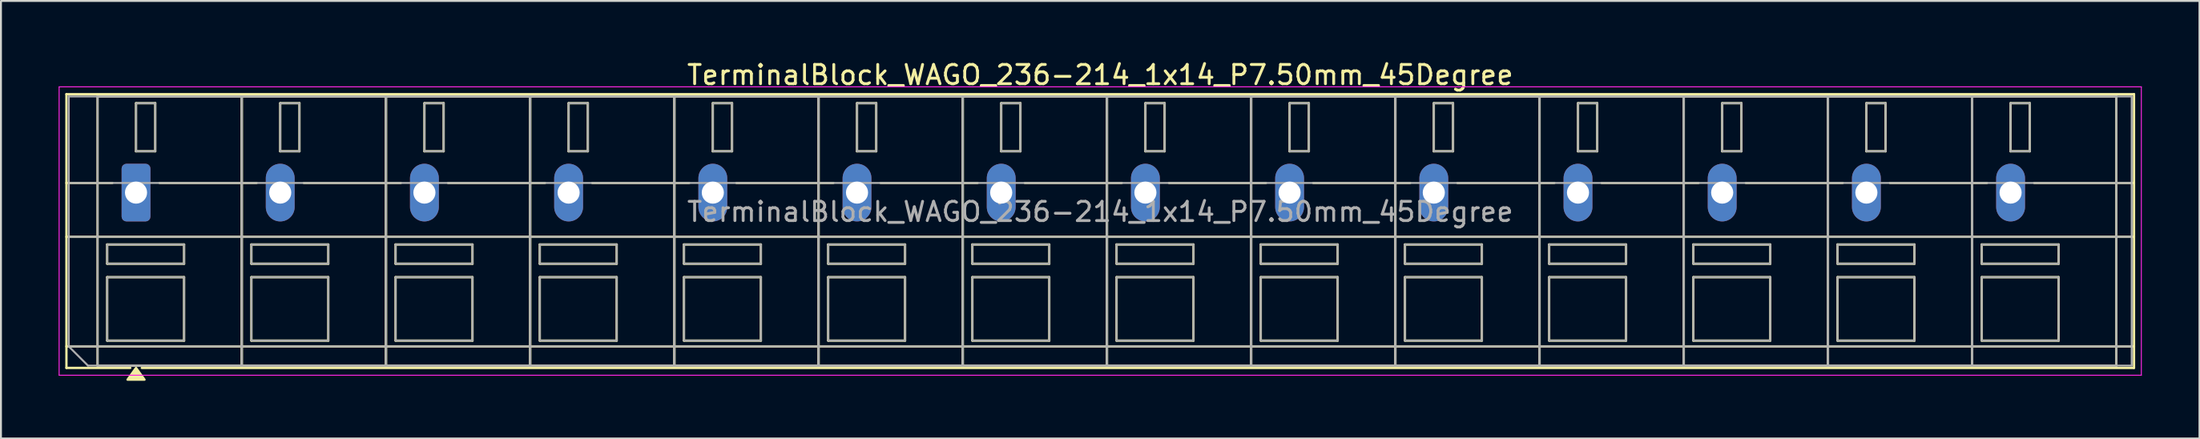
<source format=kicad_pcb>
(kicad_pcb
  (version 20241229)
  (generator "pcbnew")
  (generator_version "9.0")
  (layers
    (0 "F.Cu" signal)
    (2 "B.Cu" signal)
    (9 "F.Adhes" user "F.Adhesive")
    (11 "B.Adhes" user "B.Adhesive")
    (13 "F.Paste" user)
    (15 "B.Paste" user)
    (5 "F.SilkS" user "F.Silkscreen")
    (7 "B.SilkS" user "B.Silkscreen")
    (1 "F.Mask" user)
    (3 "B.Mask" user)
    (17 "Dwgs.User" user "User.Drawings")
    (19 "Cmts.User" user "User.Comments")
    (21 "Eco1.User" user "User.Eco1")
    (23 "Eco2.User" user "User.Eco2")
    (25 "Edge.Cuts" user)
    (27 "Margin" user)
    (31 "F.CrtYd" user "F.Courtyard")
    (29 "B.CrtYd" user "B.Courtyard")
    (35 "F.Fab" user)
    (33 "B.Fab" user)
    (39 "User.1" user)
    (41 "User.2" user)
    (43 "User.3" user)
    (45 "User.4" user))
  (footprint "TerminalBlock_WAGO_236-214_1x14_P7.50mm_45Degree"
    (layer "F.Cu")
    (at 4.025 6.968)
    (property "Reference" "TerminalBlock_WAGO_236-214_1x14_P7.50mm_45Degree" (at 50.15 -6.12 0) (layer "F.SilkS") (effects (font (size 1 1) (thickness 0.15))))
    (attr through_hole)
    (fp_line (start -3.62 -5.12) (end -3.62 9.12) (stroke (width 0.12) (type solid)) (layer "F.SilkS"))
    (fp_line (start -3.62 -5.12) (end 103.92 -5.12) (stroke (width 0.12) (type solid)) (layer "F.SilkS"))
    (fp_line (start -3.62 -0.5) (end -1.23 -0.5) (stroke (width 0.12) (type solid)) (layer "F.SilkS"))
    (fp_line (start -3.62 2.3) (end 103.92 2.3) (stroke (width 0.12) (type solid)) (layer "F.SilkS"))
    (fp_line (start -3.62 8) (end 103.92 8) (stroke (width 0.12) (type solid)) (layer "F.SilkS"))
    (fp_line (start -3.62 9.12) (end -0.3 9.12) (stroke (width 0.12) (type solid)) (layer "F.SilkS"))
    (fp_line (start -2 -5) (end -2 9) (stroke (width 0.12) (type solid)) (layer "F.SilkS"))
    (fp_line (start -2 -5) (end 5.5 -5) (stroke (width 0.12) (type solid)) (layer "F.SilkS"))
    (fp_line (start -2 9) (end 5.5 9) (stroke (width 0.12) (type solid)) (layer "F.SilkS"))
    (fp_line (start -1.5 2.7) (end -1.5 3.7) (stroke (width 0.12) (type solid)) (layer "F.SilkS"))
    (fp_line (start -1.5 2.7) (end 2.5 2.7) (stroke (width 0.12) (type solid)) (layer "F.SilkS"))
    (fp_line (start -1.5 3.7) (end 2.5 3.7) (stroke (width 0.12) (type solid)) (layer "F.SilkS"))
    (fp_line (start -1.5 4.4) (end -1.5 7.7) (stroke (width 0.12) (type solid)) (layer "F.SilkS"))
    (fp_line (start -1.5 4.4) (end 2.5 4.4) (stroke (width 0.12) (type solid)) (layer "F.SilkS"))
    (fp_line (start -1.5 7.7) (end 2.5 7.7) (stroke (width 0.12) (type solid)) (layer "F.SilkS"))
    (fp_line (start 0 -4.65) (end 0 -2.15) (stroke (width 0.12) (type solid)) (layer "F.SilkS"))
    (fp_line (start 0 -4.65) (end 1 -4.65) (stroke (width 0.12) (type solid)) (layer "F.SilkS"))
    (fp_line (start 0 -2.15) (end 1 -2.15) (stroke (width 0.12) (type solid)) (layer "F.SilkS"))
    (fp_line (start 0.3 9.12) (end 103.92 9.12) (stroke (width 0.12) (type solid)) (layer "F.SilkS"))
    (fp_line (start 1 -4.65) (end 1 -2.15) (stroke (width 0.12) (type solid)) (layer "F.SilkS"))
    (fp_line (start 1.23 -0.5) (end 6.27 -0.5) (stroke (width 0.12) (type solid)) (layer "F.SilkS"))
    (fp_line (start 2.5 2.7) (end 2.5 3.7) (stroke (width 0.12) (type solid)) (layer "F.SilkS"))
    (fp_line (start 2.5 4.4) (end 2.5 7.7) (stroke (width 0.12) (type solid)) (layer "F.SilkS"))
    (fp_line (start 5.5 -5) (end 5.5 9) (stroke (width 0.12) (type solid)) (layer "F.SilkS"))
    (fp_line (start 5.5 -5) (end 5.5 9) (stroke (width 0.12) (type solid)) (layer "F.SilkS"))
    (fp_line (start 5.5 -5) (end 13 -5) (stroke (width 0.12) (type solid)) (layer "F.SilkS"))
    (fp_line (start 5.5 9) (end 13 9) (stroke (width 0.12) (type solid)) (layer "F.SilkS"))
    (fp_line (start 6 2.7) (end 6 3.7) (stroke (width 0.12) (type solid)) (layer "F.SilkS"))
    (fp_line (start 6 2.7) (end 10 2.7) (stroke (width 0.12) (type solid)) (layer "F.SilkS"))
    (fp_line (start 6 3.7) (end 10 3.7) (stroke (width 0.12) (type solid)) (layer "F.SilkS"))
    (fp_line (start 6 4.4) (end 6 7.7) (stroke (width 0.12) (type solid)) (layer "F.SilkS"))
    (fp_line (start 6 4.4) (end 10 4.4) (stroke (width 0.12) (type solid)) (layer "F.SilkS"))
    (fp_line (start 6 7.7) (end 10 7.7) (stroke (width 0.12) (type solid)) (layer "F.SilkS"))
    (fp_line (start 7.5 -4.65) (end 7.5 -2.15) (stroke (width 0.12) (type solid)) (layer "F.SilkS"))
    (fp_line (start 7.5 -4.65) (end 8.5 -4.65) (stroke (width 0.12) (type solid)) (layer "F.SilkS"))
    (fp_line (start 7.5 -2.15) (end 8.5 -2.15) (stroke (width 0.12) (type solid)) (layer "F.SilkS"))
    (fp_line (start 8.5 -4.65) (end 8.5 -2.15) (stroke (width 0.12) (type solid)) (layer "F.SilkS"))
    (fp_line (start 8.73 -0.5) (end 13.77 -0.5) (stroke (width 0.12) (type solid)) (layer "F.SilkS"))
    (fp_line (start 10 2.7) (end 10 3.7) (stroke (width 0.12) (type solid)) (layer "F.SilkS"))
    (fp_line (start 10 4.4) (end 10 7.7) (stroke (width 0.12) (type solid)) (layer "F.SilkS"))
    (fp_line (start 13 -5) (end 13 9) (stroke (width 0.12) (type solid)) (layer "F.SilkS"))
    (fp_line (start 13 -5) (end 13 9) (stroke (width 0.12) (type solid)) (layer "F.SilkS"))
    (fp_line (start 13 -5) (end 20.5 -5) (stroke (width 0.12) (type solid)) (layer "F.SilkS"))
    (fp_line (start 13 9) (end 20.5 9) (stroke (width 0.12) (type solid)) (layer "F.SilkS"))
    (fp_line (start 13.5 2.7) (end 13.5 3.7) (stroke (width 0.12) (type solid)) (layer "F.SilkS"))
    (fp_line (start 13.5 2.7) (end 17.5 2.7) (stroke (width 0.12) (type solid)) (layer "F.SilkS"))
    (fp_line (start 13.5 3.7) (end 17.5 3.7) (stroke (width 0.12) (type solid)) (layer "F.SilkS"))
    (fp_line (start 13.5 4.4) (end 13.5 7.7) (stroke (width 0.12) (type solid)) (layer "F.SilkS"))
    (fp_line (start 13.5 4.4) (end 17.5 4.4) (stroke (width 0.12) (type solid)) (layer "F.SilkS"))
    (fp_line (start 13.5 7.7) (end 17.5 7.7) (stroke (width 0.12) (type solid)) (layer "F.SilkS"))
    (fp_line (start 15 -4.65) (end 15 -2.15) (stroke (width 0.12) (type solid)) (layer "F.SilkS"))
    (fp_line (start 15 -4.65) (end 16 -4.65) (stroke (width 0.12) (type solid)) (layer "F.SilkS"))
    (fp_line (start 15 -2.15) (end 16 -2.15) (stroke (width 0.12) (type solid)) (layer "F.SilkS"))
    (fp_line (start 16 -4.65) (end 16 -2.15) (stroke (width 0.12) (type solid)) (layer "F.SilkS"))
    (fp_line (start 16.23 -0.5) (end 21.27 -0.5) (stroke (width 0.12) (type solid)) (layer "F.SilkS"))
    (fp_line (start 17.5 2.7) (end 17.5 3.7) (stroke (width 0.12) (type solid)) (layer "F.SilkS"))
    (fp_line (start 17.5 4.4) (end 17.5 7.7) (stroke (width 0.12) (type solid)) (layer "F.SilkS"))
    (fp_line (start 20.5 -5) (end 20.5 9) (stroke (width 0.12) (type solid)) (layer "F.SilkS"))
    (fp_line (start 20.5 -5) (end 20.5 9) (stroke (width 0.12) (type solid)) (layer "F.SilkS"))
    (fp_line (start 20.5 -5) (end 28 -5) (stroke (width 0.12) (type solid)) (layer "F.SilkS"))
    (fp_line (start 20.5 9) (end 28 9) (stroke (width 0.12) (type solid)) (layer "F.SilkS"))
    (fp_line (start 21 2.7) (end 21 3.7) (stroke (width 0.12) (type solid)) (layer "F.SilkS"))
    (fp_line (start 21 2.7) (end 25 2.7) (stroke (width 0.12) (type solid)) (layer "F.SilkS"))
    (fp_line (start 21 3.7) (end 25 3.7) (stroke (width 0.12) (type solid)) (layer "F.SilkS"))
    (fp_line (start 21 4.4) (end 21 7.7) (stroke (width 0.12) (type solid)) (layer "F.SilkS"))
    (fp_line (start 21 4.4) (end 25 4.4) (stroke (width 0.12) (type solid)) (layer "F.SilkS"))
    (fp_line (start 21 7.7) (end 25 7.7) (stroke (width 0.12) (type solid)) (layer "F.SilkS"))
    (fp_line (start 22.5 -4.65) (end 22.5 -2.15) (stroke (width 0.12) (type solid)) (layer "F.SilkS"))
    (fp_line (start 22.5 -4.65) (end 23.5 -4.65) (stroke (width 0.12) (type solid)) (layer "F.SilkS"))
    (fp_line (start 22.5 -2.15) (end 23.5 -2.15) (stroke (width 0.12) (type solid)) (layer "F.SilkS"))
    (fp_line (start 23.5 -4.65) (end 23.5 -2.15) (stroke (width 0.12) (type solid)) (layer "F.SilkS"))
    (fp_line (start 23.73 -0.5) (end 28.77 -0.5) (stroke (width 0.12) (type solid)) (layer "F.SilkS"))
    (fp_line (start 25 2.7) (end 25 3.7) (stroke (width 0.12) (type solid)) (layer "F.SilkS"))
    (fp_line (start 25 4.4) (end 25 7.7) (stroke (width 0.12) (type solid)) (layer "F.SilkS"))
    (fp_line (start 28 -5) (end 28 9) (stroke (width 0.12) (type solid)) (layer "F.SilkS"))
    (fp_line (start 28 -5) (end 28 9) (stroke (width 0.12) (type solid)) (layer "F.SilkS"))
    (fp_line (start 28 -5) (end 35.5 -5) (stroke (width 0.12) (type solid)) (layer "F.SilkS"))
    (fp_line (start 28 9) (end 35.5 9) (stroke (width 0.12) (type solid)) (layer "F.SilkS"))
    (fp_line (start 28.5 2.7) (end 28.5 3.7) (stroke (width 0.12) (type solid)) (layer "F.SilkS"))
    (fp_line (start 28.5 2.7) (end 32.5 2.7) (stroke (width 0.12) (type solid)) (layer "F.SilkS"))
    (fp_line (start 28.5 3.7) (end 32.5 3.7) (stroke (width 0.12) (type solid)) (layer "F.SilkS"))
    (fp_line (start 28.5 4.4) (end 28.5 7.7) (stroke (width 0.12) (type solid)) (layer "F.SilkS"))
    (fp_line (start 28.5 4.4) (end 32.5 4.4) (stroke (width 0.12) (type solid)) (layer "F.SilkS"))
    (fp_line (start 28.5 7.7) (end 32.5 7.7) (stroke (width 0.12) (type solid)) (layer "F.SilkS"))
    (fp_line (start 30 -4.65) (end 30 -2.15) (stroke (width 0.12) (type solid)) (layer "F.SilkS"))
    (fp_line (start 30 -4.65) (end 31 -4.65) (stroke (width 0.12) (type solid)) (layer "F.SilkS"))
    (fp_line (start 30 -2.15) (end 31 -2.15) (stroke (width 0.12) (type solid)) (layer "F.SilkS"))
    (fp_line (start 31 -4.65) (end 31 -2.15) (stroke (width 0.12) (type solid)) (layer "F.SilkS"))
    (fp_line (start 31.23 -0.5) (end 36.27 -0.5) (stroke (width 0.12) (type solid)) (layer "F.SilkS"))
    (fp_line (start 32.5 2.7) (end 32.5 3.7) (stroke (width 0.12) (type solid)) (layer "F.SilkS"))
    (fp_line (start 32.5 4.4) (end 32.5 7.7) (stroke (width 0.12) (type solid)) (layer "F.SilkS"))
    (fp_line (start 35.5 -5) (end 35.5 9) (stroke (width 0.12) (type solid)) (layer "F.SilkS"))
    (fp_line (start 35.5 -5) (end 35.5 9) (stroke (width 0.12) (type solid)) (layer "F.SilkS"))
    (fp_line (start 35.5 -5) (end 43 -5) (stroke (width 0.12) (type solid)) (layer "F.SilkS"))
    (fp_line (start 35.5 9) (end 43 9) (stroke (width 0.12) (type solid)) (layer "F.SilkS"))
    (fp_line (start 36 2.7) (end 36 3.7) (stroke (width 0.12) (type solid)) (layer "F.SilkS"))
    (fp_line (start 36 2.7) (end 40 2.7) (stroke (width 0.12) (type solid)) (layer "F.SilkS"))
    (fp_line (start 36 3.7) (end 40 3.7) (stroke (width 0.12) (type solid)) (layer "F.SilkS"))
    (fp_line (start 36 4.4) (end 36 7.7) (stroke (width 0.12) (type solid)) (layer "F.SilkS"))
    (fp_line (start 36 4.4) (end 40 4.4) (stroke (width 0.12) (type solid)) (layer "F.SilkS"))
    (fp_line (start 36 7.7) (end 40 7.7) (stroke (width 0.12) (type solid)) (layer "F.SilkS"))
    (fp_line (start 37.5 -4.65) (end 37.5 -2.15) (stroke (width 0.12) (type solid)) (layer "F.SilkS"))
    (fp_line (start 37.5 -4.65) (end 38.5 -4.65) (stroke (width 0.12) (type solid)) (layer "F.SilkS"))
    (fp_line (start 37.5 -2.15) (end 38.5 -2.15) (stroke (width 0.12) (type solid)) (layer "F.SilkS"))
    (fp_line (start 38.5 -4.65) (end 38.5 -2.15) (stroke (width 0.12) (type solid)) (layer "F.SilkS"))
    (fp_line (start 38.73 -0.5) (end 43.77 -0.5) (stroke (width 0.12) (type solid)) (layer "F.SilkS"))
    (fp_line (start 40 2.7) (end 40 3.7) (stroke (width 0.12) (type solid)) (layer "F.SilkS"))
    (fp_line (start 40 4.4) (end 40 7.7) (stroke (width 0.12) (type solid)) (layer "F.SilkS"))
    (fp_line (start 43 -5) (end 43 9) (stroke (width 0.12) (type solid)) (layer "F.SilkS"))
    (fp_line (start 43 -5) (end 43 9) (stroke (width 0.12) (type solid)) (layer "F.SilkS"))
    (fp_line (start 43 -5) (end 50.5 -5) (stroke (width 0.12) (type solid)) (layer "F.SilkS"))
    (fp_line (start 43 9) (end 50.5 9) (stroke (width 0.12) (type solid)) (layer "F.SilkS"))
    (fp_line (start 43.5 2.7) (end 43.5 3.7) (stroke (width 0.12) (type solid)) (layer "F.SilkS"))
    (fp_line (start 43.5 2.7) (end 47.5 2.7) (stroke (width 0.12) (type solid)) (layer "F.SilkS"))
    (fp_line (start 43.5 3.7) (end 47.5 3.7) (stroke (width 0.12) (type solid)) (layer "F.SilkS"))
    (fp_line (start 43.5 4.4) (end 43.5 7.7) (stroke (width 0.12) (type solid)) (layer "F.SilkS"))
    (fp_line (start 43.5 4.4) (end 47.5 4.4) (stroke (width 0.12) (type solid)) (layer "F.SilkS"))
    (fp_line (start 43.5 7.7) (end 47.5 7.7) (stroke (width 0.12) (type solid)) (layer "F.SilkS"))
    (fp_line (start 45 -4.65) (end 45 -2.15) (stroke (width 0.12) (type solid)) (layer "F.SilkS"))
    (fp_line (start 45 -4.65) (end 46 -4.65) (stroke (width 0.12) (type solid)) (layer "F.SilkS"))
    (fp_line (start 45 -2.15) (end 46 -2.15) (stroke (width 0.12) (type solid)) (layer "F.SilkS"))
    (fp_line (start 46 -4.65) (end 46 -2.15) (stroke (width 0.12) (type solid)) (layer "F.SilkS"))
    (fp_line (start 46.23 -0.5) (end 51.27 -0.5) (stroke (width 0.12) (type solid)) (layer "F.SilkS"))
    (fp_line (start 47.5 2.7) (end 47.5 3.7) (stroke (width 0.12) (type solid)) (layer "F.SilkS"))
    (fp_line (start 47.5 4.4) (end 47.5 7.7) (stroke (width 0.12) (type solid)) (layer "F.SilkS"))
    (fp_line (start 50.5 -5) (end 50.5 9) (stroke (width 0.12) (type solid)) (layer "F.SilkS"))
    (fp_line (start 50.5 -5) (end 50.5 9) (stroke (width 0.12) (type solid)) (layer "F.SilkS"))
    (fp_line (start 50.5 -5) (end 58 -5) (stroke (width 0.12) (type solid)) (layer "F.SilkS"))
    (fp_line (start 50.5 9) (end 58 9) (stroke (width 0.12) (type solid)) (layer "F.SilkS"))
    (fp_line (start 51 2.7) (end 51 3.7) (stroke (width 0.12) (type solid)) (layer "F.SilkS"))
    (fp_line (start 51 2.7) (end 55 2.7) (stroke (width 0.12) (type solid)) (layer "F.SilkS"))
    (fp_line (start 51 3.7) (end 55 3.7) (stroke (width 0.12) (type solid)) (layer "F.SilkS"))
    (fp_line (start 51 4.4) (end 51 7.7) (stroke (width 0.12) (type solid)) (layer "F.SilkS"))
    (fp_line (start 51 4.4) (end 55 4.4) (stroke (width 0.12) (type solid)) (layer "F.SilkS"))
    (fp_line (start 51 7.7) (end 55 7.7) (stroke (width 0.12) (type solid)) (layer "F.SilkS"))
    (fp_line (start 52.5 -4.65) (end 52.5 -2.15) (stroke (width 0.12) (type solid)) (layer "F.SilkS"))
    (fp_line (start 52.5 -4.65) (end 53.5 -4.65) (stroke (width 0.12) (type solid)) (layer "F.SilkS"))
    (fp_line (start 52.5 -2.15) (end 53.5 -2.15) (stroke (width 0.12) (type solid)) (layer "F.SilkS"))
    (fp_line (start 53.5 -4.65) (end 53.5 -2.15) (stroke (width 0.12) (type solid)) (layer "F.SilkS"))
    (fp_line (start 53.73 -0.5) (end 58.77 -0.5) (stroke (width 0.12) (type solid)) (layer "F.SilkS"))
    (fp_line (start 55 2.7) (end 55 3.7) (stroke (width 0.12) (type solid)) (layer "F.SilkS"))
    (fp_line (start 55 4.4) (end 55 7.7) (stroke (width 0.12) (type solid)) (layer "F.SilkS"))
    (fp_line (start 58 -5) (end 58 9) (stroke (width 0.12) (type solid)) (layer "F.SilkS"))
    (fp_line (start 58 -5) (end 58 9) (stroke (width 0.12) (type solid)) (layer "F.SilkS"))
    (fp_line (start 58 -5) (end 65.5 -5) (stroke (width 0.12) (type solid)) (layer "F.SilkS"))
    (fp_line (start 58 9) (end 65.5 9) (stroke (width 0.12) (type solid)) (layer "F.SilkS"))
    (fp_line (start 58.5 2.7) (end 58.5 3.7) (stroke (width 0.12) (type solid)) (layer "F.SilkS"))
    (fp_line (start 58.5 2.7) (end 62.5 2.7) (stroke (width 0.12) (type solid)) (layer "F.SilkS"))
    (fp_line (start 58.5 3.7) (end 62.5 3.7) (stroke (width 0.12) (type solid)) (layer "F.SilkS"))
    (fp_line (start 58.5 4.4) (end 58.5 7.7) (stroke (width 0.12) (type solid)) (layer "F.SilkS"))
    (fp_line (start 58.5 4.4) (end 62.5 4.4) (stroke (width 0.12) (type solid)) (layer "F.SilkS"))
    (fp_line (start 58.5 7.7) (end 62.5 7.7) (stroke (width 0.12) (type solid)) (layer "F.SilkS"))
    (fp_line (start 60 -4.65) (end 60 -2.15) (stroke (width 0.12) (type solid)) (layer "F.SilkS"))
    (fp_line (start 60 -4.65) (end 61 -4.65) (stroke (width 0.12) (type solid)) (layer "F.SilkS"))
    (fp_line (start 60 -2.15) (end 61 -2.15) (stroke (width 0.12) (type solid)) (layer "F.SilkS"))
    (fp_line (start 61 -4.65) (end 61 -2.15) (stroke (width 0.12) (type solid)) (layer "F.SilkS"))
    (fp_line (start 61.23 -0.5) (end 66.27 -0.5) (stroke (width 0.12) (type solid)) (layer "F.SilkS"))
    (fp_line (start 62.5 2.7) (end 62.5 3.7) (stroke (width 0.12) (type solid)) (layer "F.SilkS"))
    (fp_line (start 62.5 4.4) (end 62.5 7.7) (stroke (width 0.12) (type solid)) (layer "F.SilkS"))
    (fp_line (start 65.5 -5) (end 65.5 9) (stroke (width 0.12) (type solid)) (layer "F.SilkS"))
    (fp_line (start 65.5 -5) (end 65.5 9) (stroke (width 0.12) (type solid)) (layer "F.SilkS"))
    (fp_line (start 65.5 -5) (end 73 -5) (stroke (width 0.12) (type solid)) (layer "F.SilkS"))
    (fp_line (start 65.5 9) (end 73 9) (stroke (width 0.12) (type solid)) (layer "F.SilkS"))
    (fp_line (start 66 2.7) (end 66 3.7) (stroke (width 0.12) (type solid)) (layer "F.SilkS"))
    (fp_line (start 66 2.7) (end 70 2.7) (stroke (width 0.12) (type solid)) (layer "F.SilkS"))
    (fp_line (start 66 3.7) (end 70 3.7) (stroke (width 0.12) (type solid)) (layer "F.SilkS"))
    (fp_line (start 66 4.4) (end 66 7.7) (stroke (width 0.12) (type solid)) (layer "F.SilkS"))
    (fp_line (start 66 4.4) (end 70 4.4) (stroke (width 0.12) (type solid)) (layer "F.SilkS"))
    (fp_line (start 66 7.7) (end 70 7.7) (stroke (width 0.12) (type solid)) (layer "F.SilkS"))
    (fp_line (start 67.5 -4.65) (end 67.5 -2.15) (stroke (width 0.12) (type solid)) (layer "F.SilkS"))
    (fp_line (start 67.5 -4.65) (end 68.5 -4.65) (stroke (width 0.12) (type solid)) (layer "F.SilkS"))
    (fp_line (start 67.5 -2.15) (end 68.5 -2.15) (stroke (width 0.12) (type solid)) (layer "F.SilkS"))
    (fp_line (start 68.5 -4.65) (end 68.5 -2.15) (stroke (width 0.12) (type solid)) (layer "F.SilkS"))
    (fp_line (start 68.73 -0.5) (end 73.77 -0.5) (stroke (width 0.12) (type solid)) (layer "F.SilkS"))
    (fp_line (start 70 2.7) (end 70 3.7) (stroke (width 0.12) (type solid)) (layer "F.SilkS"))
    (fp_line (start 70 4.4) (end 70 7.7) (stroke (width 0.12) (type solid)) (layer "F.SilkS"))
    (fp_line (start 73 -5) (end 73 9) (stroke (width 0.12) (type solid)) (layer "F.SilkS"))
    (fp_line (start 73 -5) (end 73 9) (stroke (width 0.12) (type solid)) (layer "F.SilkS"))
    (fp_line (start 73 -5) (end 80.5 -5) (stroke (width 0.12) (type solid)) (layer "F.SilkS"))
    (fp_line (start 73 9) (end 80.5 9) (stroke (width 0.12) (type solid)) (layer "F.SilkS"))
    (fp_line (start 73.5 2.7) (end 73.5 3.7) (stroke (width 0.12) (type solid)) (layer "F.SilkS"))
    (fp_line (start 73.5 2.7) (end 77.5 2.7) (stroke (width 0.12) (type solid)) (layer "F.SilkS"))
    (fp_line (start 73.5 3.7) (end 77.5 3.7) (stroke (width 0.12) (type solid)) (layer "F.SilkS"))
    (fp_line (start 73.5 4.4) (end 73.5 7.7) (stroke (width 0.12) (type solid)) (layer "F.SilkS"))
    (fp_line (start 73.5 4.4) (end 77.5 4.4) (stroke (width 0.12) (type solid)) (layer "F.SilkS"))
    (fp_line (start 73.5 7.7) (end 77.5 7.7) (stroke (width 0.12) (type solid)) (layer "F.SilkS"))
    (fp_line (start 75 -4.65) (end 75 -2.15) (stroke (width 0.12) (type solid)) (layer "F.SilkS"))
    (fp_line (start 75 -4.65) (end 76 -4.65) (stroke (width 0.12) (type solid)) (layer "F.SilkS"))
    (fp_line (start 75 -2.15) (end 76 -2.15) (stroke (width 0.12) (type solid)) (layer "F.SilkS"))
    (fp_line (start 76 -4.65) (end 76 -2.15) (stroke (width 0.12) (type solid)) (layer "F.SilkS"))
    (fp_line (start 76.23 -0.5) (end 81.27 -0.5) (stroke (width 0.12) (type solid)) (layer "F.SilkS"))
    (fp_line (start 77.5 2.7) (end 77.5 3.7) (stroke (width 0.12) (type solid)) (layer "F.SilkS"))
    (fp_line (start 77.5 4.4) (end 77.5 7.7) (stroke (width 0.12) (type solid)) (layer "F.SilkS"))
    (fp_line (start 80.5 -5) (end 80.5 9) (stroke (width 0.12) (type solid)) (layer "F.SilkS"))
    (fp_line (start 80.5 -5) (end 80.5 9) (stroke (width 0.12) (type solid)) (layer "F.SilkS"))
    (fp_line (start 80.5 -5) (end 88 -5) (stroke (width 0.12) (type solid)) (layer "F.SilkS"))
    (fp_line (start 80.5 9) (end 88 9) (stroke (width 0.12) (type solid)) (layer "F.SilkS"))
    (fp_line (start 81 2.7) (end 81 3.7) (stroke (width 0.12) (type solid)) (layer "F.SilkS"))
    (fp_line (start 81 2.7) (end 85 2.7) (stroke (width 0.12) (type solid)) (layer "F.SilkS"))
    (fp_line (start 81 3.7) (end 85 3.7) (stroke (width 0.12) (type solid)) (layer "F.SilkS"))
    (fp_line (start 81 4.4) (end 81 7.7) (stroke (width 0.12) (type solid)) (layer "F.SilkS"))
    (fp_line (start 81 4.4) (end 85 4.4) (stroke (width 0.12) (type solid)) (layer "F.SilkS"))
    (fp_line (start 81 7.7) (end 85 7.7) (stroke (width 0.12) (type solid)) (layer "F.SilkS"))
    (fp_line (start 82.5 -4.65) (end 82.5 -2.15) (stroke (width 0.12) (type solid)) (layer "F.SilkS"))
    (fp_line (start 82.5 -4.65) (end 83.5 -4.65) (stroke (width 0.12) (type solid)) (layer "F.SilkS"))
    (fp_line (start 82.5 -2.15) (end 83.5 -2.15) (stroke (width 0.12) (type solid)) (layer "F.SilkS"))
    (fp_line (start 83.5 -4.65) (end 83.5 -2.15) (stroke (width 0.12) (type solid)) (layer "F.SilkS"))
    (fp_line (start 83.73 -0.5) (end 88.77 -0.5) (stroke (width 0.12) (type solid)) (layer "F.SilkS"))
    (fp_line (start 85 2.7) (end 85 3.7) (stroke (width 0.12) (type solid)) (layer "F.SilkS"))
    (fp_line (start 85 4.4) (end 85 7.7) (stroke (width 0.12) (type solid)) (layer "F.SilkS"))
    (fp_line (start 88 -5) (end 88 9) (stroke (width 0.12) (type solid)) (layer "F.SilkS"))
    (fp_line (start 88 -5) (end 88 9) (stroke (width 0.12) (type solid)) (layer "F.SilkS"))
    (fp_line (start 88 -5) (end 95.5 -5) (stroke (width 0.12) (type solid)) (layer "F.SilkS"))
    (fp_line (start 88 9) (end 95.5 9) (stroke (width 0.12) (type solid)) (layer "F.SilkS"))
    (fp_line (start 88.5 2.7) (end 88.5 3.7) (stroke (width 0.12) (type solid)) (layer "F.SilkS"))
    (fp_line (start 88.5 2.7) (end 92.5 2.7) (stroke (width 0.12) (type solid)) (layer "F.SilkS"))
    (fp_line (start 88.5 3.7) (end 92.5 3.7) (stroke (width 0.12) (type solid)) (layer "F.SilkS"))
    (fp_line (start 88.5 4.4) (end 88.5 7.7) (stroke (width 0.12) (type solid)) (layer "F.SilkS"))
    (fp_line (start 88.5 4.4) (end 92.5 4.4) (stroke (width 0.12) (type solid)) (layer "F.SilkS"))
    (fp_line (start 88.5 7.7) (end 92.5 7.7) (stroke (width 0.12) (type solid)) (layer "F.SilkS"))
    (fp_line (start 90 -4.65) (end 90 -2.15) (stroke (width 0.12) (type solid)) (layer "F.SilkS"))
    (fp_line (start 90 -4.65) (end 91 -4.65) (stroke (width 0.12) (type solid)) (layer "F.SilkS"))
    (fp_line (start 90 -2.15) (end 91 -2.15) (stroke (width 0.12) (type solid)) (layer "F.SilkS"))
    (fp_line (start 91 -4.65) (end 91 -2.15) (stroke (width 0.12) (type solid)) (layer "F.SilkS"))
    (fp_line (start 91.23 -0.5) (end 96.27 -0.5) (stroke (width 0.12) (type solid)) (layer "F.SilkS"))
    (fp_line (start 92.5 2.7) (end 92.5 3.7) (stroke (width 0.12) (type solid)) (layer "F.SilkS"))
    (fp_line (start 92.5 4.4) (end 92.5 7.7) (stroke (width 0.12) (type solid)) (layer "F.SilkS"))
    (fp_line (start 95.5 -5) (end 95.5 9) (stroke (width 0.12) (type solid)) (layer "F.SilkS"))
    (fp_line (start 95.5 -5) (end 95.5 9) (stroke (width 0.12) (type solid)) (layer "F.SilkS"))
    (fp_line (start 95.5 -5) (end 103 -5) (stroke (width 0.12) (type solid)) (layer "F.SilkS"))
    (fp_line (start 95.5 9) (end 103 9) (stroke (width 0.12) (type solid)) (layer "F.SilkS"))
    (fp_line (start 96 2.7) (end 96 3.7) (stroke (width 0.12) (type solid)) (layer "F.SilkS"))
    (fp_line (start 96 2.7) (end 100 2.7) (stroke (width 0.12) (type solid)) (layer "F.SilkS"))
    (fp_line (start 96 3.7) (end 100 3.7) (stroke (width 0.12) (type solid)) (layer "F.SilkS"))
    (fp_line (start 96 4.4) (end 96 7.7) (stroke (width 0.12) (type solid)) (layer "F.SilkS"))
    (fp_line (start 96 4.4) (end 100 4.4) (stroke (width 0.12) (type solid)) (layer "F.SilkS"))
    (fp_line (start 96 7.7) (end 100 7.7) (stroke (width 0.12) (type solid)) (layer "F.SilkS"))
    (fp_line (start 97.5 -4.65) (end 97.5 -2.15) (stroke (width 0.12) (type solid)) (layer "F.SilkS"))
    (fp_line (start 97.5 -4.65) (end 98.5 -4.65) (stroke (width 0.12) (type solid)) (layer "F.SilkS"))
    (fp_line (start 97.5 -2.15) (end 98.5 -2.15) (stroke (width 0.12) (type solid)) (layer "F.SilkS"))
    (fp_line (start 98.5 -4.65) (end 98.5 -2.15) (stroke (width 0.12) (type solid)) (layer "F.SilkS"))
    (fp_line (start 98.73 -0.5) (end 103.92 -0.5) (stroke (width 0.12) (type solid)) (layer "F.SilkS"))
    (fp_line (start 100 2.7) (end 100 3.7) (stroke (width 0.12) (type solid)) (layer "F.SilkS"))
    (fp_line (start 100 4.4) (end 100 7.7) (stroke (width 0.12) (type solid)) (layer "F.SilkS"))
    (fp_line (start 103 -5) (end 103 9) (stroke (width 0.12) (type solid)) (layer "F.SilkS"))
    (fp_line (start 103.92 -5.12) (end 103.92 9.12) (stroke (width 0.12) (type solid)) (layer "F.SilkS"))
    (fp_poly (pts (xy 0 9.12) (xy 0.44 9.73) (xy -0.44 9.73)) (stroke (width 0.12) (type solid)) (fill yes) (layer "F.SilkS"))
    (fp_line (start -4 -5.5) (end -4 9.5) (stroke (width 0.05) (type solid)) (layer "F.CrtYd"))
    (fp_line (start -4 9.5) (end 104.3 9.5) (stroke (width 0.05) (type solid)) (layer "F.CrtYd"))
    (fp_line (start 104.3 -5.5) (end -4 -5.5) (stroke (width 0.05) (type solid)) (layer "F.CrtYd"))
    (fp_line (start 104.3 9.5) (end 104.3 -5.5) (stroke (width 0.05) (type solid)) (layer "F.CrtYd"))
    (fp_line (start -3.5 -5) (end 103.8 -5) (stroke (width 0.1) (type solid)) (layer "F.Fab"))
    (fp_line (start -3.5 -0.5) (end 103.8 -0.5) (stroke (width 0.1) (type solid)) (layer "F.Fab"))
    (fp_line (start -3.5 2.3) (end 103.8 2.3) (stroke (width 0.1) (type solid)) (layer "F.Fab"))
    (fp_line (start -3.5 8) (end -3.5 -5) (stroke (width 0.1) (type solid)) (layer "F.Fab"))
    (fp_line (start -3.5 8) (end 103.8 8) (stroke (width 0.1) (type solid)) (layer "F.Fab"))
    (fp_line (start -2.5 9) (end -3.5 8) (stroke (width 0.1) (type solid)) (layer "F.Fab"))
    (fp_line (start -2 -5) (end -2 9) (stroke (width 0.1) (type solid)) (layer "F.Fab"))
    (fp_line (start -2 9) (end 5.5 9) (stroke (width 0.1) (type solid)) (layer "F.Fab"))
    (fp_line (start -1.5 2.7) (end -1.5 3.7) (stroke (width 0.1) (type solid)) (layer "F.Fab"))
    (fp_line (start -1.5 3.7) (end 2.5 3.7) (stroke (width 0.1) (type solid)) (layer "F.Fab"))
    (fp_line (start -1.5 4.4) (end -1.5 7.7) (stroke (width 0.1) (type solid)) (layer "F.Fab"))
    (fp_line (start -1.5 7.7) (end 2.5 7.7) (stroke (width 0.1) (type solid)) (layer "F.Fab"))
    (fp_line (start 0 -4.65) (end 0 -2.15) (stroke (width 0.1) (type solid)) (layer "F.Fab"))
    (fp_line (start 0 -2.15) (end 1 -2.15) (stroke (width 0.1) (type solid)) (layer "F.Fab"))
    (fp_line (start 1 -4.65) (end 0 -4.65) (stroke (width 0.1) (type solid)) (layer "F.Fab"))
    (fp_line (start 1 -2.15) (end 1 -4.65) (stroke (width 0.1) (type solid)) (layer "F.Fab"))
    (fp_line (start 2.5 2.7) (end -1.5 2.7) (stroke (width 0.1) (type solid)) (layer "F.Fab"))
    (fp_line (start 2.5 3.7) (end 2.5 2.7) (stroke (width 0.1) (type solid)) (layer "F.Fab"))
    (fp_line (start 2.5 4.4) (end -1.5 4.4) (stroke (width 0.1) (type solid)) (layer "F.Fab"))
    (fp_line (start 2.5 7.7) (end 2.5 4.4) (stroke (width 0.1) (type solid)) (layer "F.Fab"))
    (fp_line (start 5.5 -5) (end -2 -5) (stroke (width 0.1) (type solid)) (layer "F.Fab"))
    (fp_line (start 5.5 -5) (end 5.5 9) (stroke (width 0.1) (type solid)) (layer "F.Fab"))
    (fp_line (start 5.5 9) (end 5.5 -5) (stroke (width 0.1) (type solid)) (layer "F.Fab"))
    (fp_line (start 5.5 9) (end 13 9) (stroke (width 0.1) (type solid)) (layer "F.Fab"))
    (fp_line (start 6 2.7) (end 6 3.7) (stroke (width 0.1) (type solid)) (layer "F.Fab"))
    (fp_line (start 6 3.7) (end 10 3.7) (stroke (width 0.1) (type solid)) (layer "F.Fab"))
    (fp_line (start 6 4.4) (end 6 7.7) (stroke (width 0.1) (type solid)) (layer "F.Fab"))
    (fp_line (start 6 7.7) (end 10 7.7) (stroke (width 0.1) (type solid)) (layer "F.Fab"))
    (fp_line (start 7.5 -4.65) (end 7.5 -2.15) (stroke (width 0.1) (type solid)) (layer "F.Fab"))
    (fp_line (start 7.5 -2.15) (end 8.5 -2.15) (stroke (width 0.1) (type solid)) (layer "F.Fab"))
    (fp_line (start 8.5 -4.65) (end 7.5 -4.65) (stroke (width 0.1) (type solid)) (layer "F.Fab"))
    (fp_line (start 8.5 -2.15) (end 8.5 -4.65) (stroke (width 0.1) (type solid)) (layer "F.Fab"))
    (fp_line (start 10 2.7) (end 6 2.7) (stroke (width 0.1) (type solid)) (layer "F.Fab"))
    (fp_line (start 10 3.7) (end 10 2.7) (stroke (width 0.1) (type solid)) (layer "F.Fab"))
    (fp_line (start 10 4.4) (end 6 4.4) (stroke (width 0.1) (type solid)) (layer "F.Fab"))
    (fp_line (start 10 7.7) (end 10 4.4) (stroke (width 0.1) (type solid)) (layer "F.Fab"))
    (fp_line (start 13 -5) (end 5.5 -5) (stroke (width 0.1) (type solid)) (layer "F.Fab"))
    (fp_line (start 13 -5) (end 13 9) (stroke (width 0.1) (type solid)) (layer "F.Fab"))
    (fp_line (start 13 9) (end 13 -5) (stroke (width 0.1) (type solid)) (layer "F.Fab"))
    (fp_line (start 13 9) (end 20.5 9) (stroke (width 0.1) (type solid)) (layer "F.Fab"))
    (fp_line (start 13.5 2.7) (end 13.5 3.7) (stroke (width 0.1) (type solid)) (layer "F.Fab"))
    (fp_line (start 13.5 3.7) (end 17.5 3.7) (stroke (width 0.1) (type solid)) (layer "F.Fab"))
    (fp_line (start 13.5 4.4) (end 13.5 7.7) (stroke (width 0.1) (type solid)) (layer "F.Fab"))
    (fp_line (start 13.5 7.7) (end 17.5 7.7) (stroke (width 0.1) (type solid)) (layer "F.Fab"))
    (fp_line (start 15 -4.65) (end 15 -2.15) (stroke (width 0.1) (type solid)) (layer "F.Fab"))
    (fp_line (start 15 -2.15) (end 16 -2.15) (stroke (width 0.1) (type solid)) (layer "F.Fab"))
    (fp_line (start 16 -4.65) (end 15 -4.65) (stroke (width 0.1) (type solid)) (layer "F.Fab"))
    (fp_line (start 16 -2.15) (end 16 -4.65) (stroke (width 0.1) (type solid)) (layer "F.Fab"))
    (fp_line (start 17.5 2.7) (end 13.5 2.7) (stroke (width 0.1) (type solid)) (layer "F.Fab"))
    (fp_line (start 17.5 3.7) (end 17.5 2.7) (stroke (width 0.1) (type solid)) (layer "F.Fab"))
    (fp_line (start 17.5 4.4) (end 13.5 4.4) (stroke (width 0.1) (type solid)) (layer "F.Fab"))
    (fp_line (start 17.5 7.7) (end 17.5 4.4) (stroke (width 0.1) (type solid)) (layer "F.Fab"))
    (fp_line (start 20.5 -5) (end 13 -5) (stroke (width 0.1) (type solid)) (layer "F.Fab"))
    (fp_line (start 20.5 -5) (end 20.5 9) (stroke (width 0.1) (type solid)) (layer "F.Fab"))
    (fp_line (start 20.5 9) (end 20.5 -5) (stroke (width 0.1) (type solid)) (layer "F.Fab"))
    (fp_line (start 20.5 9) (end 28 9) (stroke (width 0.1) (type solid)) (layer "F.Fab"))
    (fp_line (start 21 2.7) (end 21 3.7) (stroke (width 0.1) (type solid)) (layer "F.Fab"))
    (fp_line (start 21 3.7) (end 25 3.7) (stroke (width 0.1) (type solid)) (layer "F.Fab"))
    (fp_line (start 21 4.4) (end 21 7.7) (stroke (width 0.1) (type solid)) (layer "F.Fab"))
    (fp_line (start 21 7.7) (end 25 7.7) (stroke (width 0.1) (type solid)) (layer "F.Fab"))
    (fp_line (start 22.5 -4.65) (end 22.5 -2.15) (stroke (width 0.1) (type solid)) (layer "F.Fab"))
    (fp_line (start 22.5 -2.15) (end 23.5 -2.15) (stroke (width 0.1) (type solid)) (layer "F.Fab"))
    (fp_line (start 23.5 -4.65) (end 22.5 -4.65) (stroke (width 0.1) (type solid)) (layer "F.Fab"))
    (fp_line (start 23.5 -2.15) (end 23.5 -4.65) (stroke (width 0.1) (type solid)) (layer "F.Fab"))
    (fp_line (start 25 2.7) (end 21 2.7) (stroke (width 0.1) (type solid)) (layer "F.Fab"))
    (fp_line (start 25 3.7) (end 25 2.7) (stroke (width 0.1) (type solid)) (layer "F.Fab"))
    (fp_line (start 25 4.4) (end 21 4.4) (stroke (width 0.1) (type solid)) (layer "F.Fab"))
    (fp_line (start 25 7.7) (end 25 4.4) (stroke (width 0.1) (type solid)) (layer "F.Fab"))
    (fp_line (start 28 -5) (end 20.5 -5) (stroke (width 0.1) (type solid)) (layer "F.Fab"))
    (fp_line (start 28 -5) (end 28 9) (stroke (width 0.1) (type solid)) (layer "F.Fab"))
    (fp_line (start 28 9) (end 28 -5) (stroke (width 0.1) (type solid)) (layer "F.Fab"))
    (fp_line (start 28 9) (end 35.5 9) (stroke (width 0.1) (type solid)) (layer "F.Fab"))
    (fp_line (start 28.5 2.7) (end 28.5 3.7) (stroke (width 0.1) (type solid)) (layer "F.Fab"))
    (fp_line (start 28.5 3.7) (end 32.5 3.7) (stroke (width 0.1) (type solid)) (layer "F.Fab"))
    (fp_line (start 28.5 4.4) (end 28.5 7.7) (stroke (width 0.1) (type solid)) (layer "F.Fab"))
    (fp_line (start 28.5 7.7) (end 32.5 7.7) (stroke (width 0.1) (type solid)) (layer "F.Fab"))
    (fp_line (start 30 -4.65) (end 30 -2.15) (stroke (width 0.1) (type solid)) (layer "F.Fab"))
    (fp_line (start 30 -2.15) (end 31 -2.15) (stroke (width 0.1) (type solid)) (layer "F.Fab"))
    (fp_line (start 31 -4.65) (end 30 -4.65) (stroke (width 0.1) (type solid)) (layer "F.Fab"))
    (fp_line (start 31 -2.15) (end 31 -4.65) (stroke (width 0.1) (type solid)) (layer "F.Fab"))
    (fp_line (start 32.5 2.7) (end 28.5 2.7) (stroke (width 0.1) (type solid)) (layer "F.Fab"))
    (fp_line (start 32.5 3.7) (end 32.5 2.7) (stroke (width 0.1) (type solid)) (layer "F.Fab"))
    (fp_line (start 32.5 4.4) (end 28.5 4.4) (stroke (width 0.1) (type solid)) (layer "F.Fab"))
    (fp_line (start 32.5 7.7) (end 32.5 4.4) (stroke (width 0.1) (type solid)) (layer "F.Fab"))
    (fp_line (start 35.5 -5) (end 28 -5) (stroke (width 0.1) (type solid)) (layer "F.Fab"))
    (fp_line (start 35.5 -5) (end 35.5 9) (stroke (width 0.1) (type solid)) (layer "F.Fab"))
    (fp_line (start 35.5 9) (end 35.5 -5) (stroke (width 0.1) (type solid)) (layer "F.Fab"))
    (fp_line (start 35.5 9) (end 43 9) (stroke (width 0.1) (type solid)) (layer "F.Fab"))
    (fp_line (start 36 2.7) (end 36 3.7) (stroke (width 0.1) (type solid)) (layer "F.Fab"))
    (fp_line (start 36 3.7) (end 40 3.7) (stroke (width 0.1) (type solid)) (layer "F.Fab"))
    (fp_line (start 36 4.4) (end 36 7.7) (stroke (width 0.1) (type solid)) (layer "F.Fab"))
    (fp_line (start 36 7.7) (end 40 7.7) (stroke (width 0.1) (type solid)) (layer "F.Fab"))
    (fp_line (start 37.5 -4.65) (end 37.5 -2.15) (stroke (width 0.1) (type solid)) (layer "F.Fab"))
    (fp_line (start 37.5 -2.15) (end 38.5 -2.15) (stroke (width 0.1) (type solid)) (layer "F.Fab"))
    (fp_line (start 38.5 -4.65) (end 37.5 -4.65) (stroke (width 0.1) (type solid)) (layer "F.Fab"))
    (fp_line (start 38.5 -2.15) (end 38.5 -4.65) (stroke (width 0.1) (type solid)) (layer "F.Fab"))
    (fp_line (start 40 2.7) (end 36 2.7) (stroke (width 0.1) (type solid)) (layer "F.Fab"))
    (fp_line (start 40 3.7) (end 40 2.7) (stroke (width 0.1) (type solid)) (layer "F.Fab"))
    (fp_line (start 40 4.4) (end 36 4.4) (stroke (width 0.1) (type solid)) (layer "F.Fab"))
    (fp_line (start 40 7.7) (end 40 4.4) (stroke (width 0.1) (type solid)) (layer "F.Fab"))
    (fp_line (start 43 -5) (end 35.5 -5) (stroke (width 0.1) (type solid)) (layer "F.Fab"))
    (fp_line (start 43 -5) (end 43 9) (stroke (width 0.1) (type solid)) (layer "F.Fab"))
    (fp_line (start 43 9) (end 43 -5) (stroke (width 0.1) (type solid)) (layer "F.Fab"))
    (fp_line (start 43 9) (end 50.5 9) (stroke (width 0.1) (type solid)) (layer "F.Fab"))
    (fp_line (start 43.5 2.7) (end 43.5 3.7) (stroke (width 0.1) (type solid)) (layer "F.Fab"))
    (fp_line (start 43.5 3.7) (end 47.5 3.7) (stroke (width 0.1) (type solid)) (layer "F.Fab"))
    (fp_line (start 43.5 4.4) (end 43.5 7.7) (stroke (width 0.1) (type solid)) (layer "F.Fab"))
    (fp_line (start 43.5 7.7) (end 47.5 7.7) (stroke (width 0.1) (type solid)) (layer "F.Fab"))
    (fp_line (start 45 -4.65) (end 45 -2.15) (stroke (width 0.1) (type solid)) (layer "F.Fab"))
    (fp_line (start 45 -2.15) (end 46 -2.15) (stroke (width 0.1) (type solid)) (layer "F.Fab"))
    (fp_line (start 46 -4.65) (end 45 -4.65) (stroke (width 0.1) (type solid)) (layer "F.Fab"))
    (fp_line (start 46 -2.15) (end 46 -4.65) (stroke (width 0.1) (type solid)) (layer "F.Fab"))
    (fp_line (start 47.5 2.7) (end 43.5 2.7) (stroke (width 0.1) (type solid)) (layer "F.Fab"))
    (fp_line (start 47.5 3.7) (end 47.5 2.7) (stroke (width 0.1) (type solid)) (layer "F.Fab"))
    (fp_line (start 47.5 4.4) (end 43.5 4.4) (stroke (width 0.1) (type solid)) (layer "F.Fab"))
    (fp_line (start 47.5 7.7) (end 47.5 4.4) (stroke (width 0.1) (type solid)) (layer "F.Fab"))
    (fp_line (start 50.5 -5) (end 43 -5) (stroke (width 0.1) (type solid)) (layer "F.Fab"))
    (fp_line (start 50.5 -5) (end 50.5 9) (stroke (width 0.1) (type solid)) (layer "F.Fab"))
    (fp_line (start 50.5 9) (end 50.5 -5) (stroke (width 0.1) (type solid)) (layer "F.Fab"))
    (fp_line (start 50.5 9) (end 58 9) (stroke (width 0.1) (type solid)) (layer "F.Fab"))
    (fp_line (start 51 2.7) (end 51 3.7) (stroke (width 0.1) (type solid)) (layer "F.Fab"))
    (fp_line (start 51 3.7) (end 55 3.7) (stroke (width 0.1) (type solid)) (layer "F.Fab"))
    (fp_line (start 51 4.4) (end 51 7.7) (stroke (width 0.1) (type solid)) (layer "F.Fab"))
    (fp_line (start 51 7.7) (end 55 7.7) (stroke (width 0.1) (type solid)) (layer "F.Fab"))
    (fp_line (start 52.5 -4.65) (end 52.5 -2.15) (stroke (width 0.1) (type solid)) (layer "F.Fab"))
    (fp_line (start 52.5 -2.15) (end 53.5 -2.15) (stroke (width 0.1) (type solid)) (layer "F.Fab"))
    (fp_line (start 53.5 -4.65) (end 52.5 -4.65) (stroke (width 0.1) (type solid)) (layer "F.Fab"))
    (fp_line (start 53.5 -2.15) (end 53.5 -4.65) (stroke (width 0.1) (type solid)) (layer "F.Fab"))
    (fp_line (start 55 2.7) (end 51 2.7) (stroke (width 0.1) (type solid)) (layer "F.Fab"))
    (fp_line (start 55 3.7) (end 55 2.7) (stroke (width 0.1) (type solid)) (layer "F.Fab"))
    (fp_line (start 55 4.4) (end 51 4.4) (stroke (width 0.1) (type solid)) (layer "F.Fab"))
    (fp_line (start 55 7.7) (end 55 4.4) (stroke (width 0.1) (type solid)) (layer "F.Fab"))
    (fp_line (start 58 -5) (end 50.5 -5) (stroke (width 0.1) (type solid)) (layer "F.Fab"))
    (fp_line (start 58 -5) (end 58 9) (stroke (width 0.1) (type solid)) (layer "F.Fab"))
    (fp_line (start 58 9) (end 58 -5) (stroke (width 0.1) (type solid)) (layer "F.Fab"))
    (fp_line (start 58 9) (end 65.5 9) (stroke (width 0.1) (type solid)) (layer "F.Fab"))
    (fp_line (start 58.5 2.7) (end 58.5 3.7) (stroke (width 0.1) (type solid)) (layer "F.Fab"))
    (fp_line (start 58.5 3.7) (end 62.5 3.7) (stroke (width 0.1) (type solid)) (layer "F.Fab"))
    (fp_line (start 58.5 4.4) (end 58.5 7.7) (stroke (width 0.1) (type solid)) (layer "F.Fab"))
    (fp_line (start 58.5 7.7) (end 62.5 7.7) (stroke (width 0.1) (type solid)) (layer "F.Fab"))
    (fp_line (start 60 -4.65) (end 60 -2.15) (stroke (width 0.1) (type solid)) (layer "F.Fab"))
    (fp_line (start 60 -2.15) (end 61 -2.15) (stroke (width 0.1) (type solid)) (layer "F.Fab"))
    (fp_line (start 61 -4.65) (end 60 -4.65) (stroke (width 0.1) (type solid)) (layer "F.Fab"))
    (fp_line (start 61 -2.15) (end 61 -4.65) (stroke (width 0.1) (type solid)) (layer "F.Fab"))
    (fp_line (start 62.5 2.7) (end 58.5 2.7) (stroke (width 0.1) (type solid)) (layer "F.Fab"))
    (fp_line (start 62.5 3.7) (end 62.5 2.7) (stroke (width 0.1) (type solid)) (layer "F.Fab"))
    (fp_line (start 62.5 4.4) (end 58.5 4.4) (stroke (width 0.1) (type solid)) (layer "F.Fab"))
    (fp_line (start 62.5 7.7) (end 62.5 4.4) (stroke (width 0.1) (type solid)) (layer "F.Fab"))
    (fp_line (start 65.5 -5) (end 58 -5) (stroke (width 0.1) (type solid)) (layer "F.Fab"))
    (fp_line (start 65.5 -5) (end 65.5 9) (stroke (width 0.1) (type solid)) (layer "F.Fab"))
    (fp_line (start 65.5 9) (end 65.5 -5) (stroke (width 0.1) (type solid)) (layer "F.Fab"))
    (fp_line (start 65.5 9) (end 73 9) (stroke (width 0.1) (type solid)) (layer "F.Fab"))
    (fp_line (start 66 2.7) (end 66 3.7) (stroke (width 0.1) (type solid)) (layer "F.Fab"))
    (fp_line (start 66 3.7) (end 70 3.7) (stroke (width 0.1) (type solid)) (layer "F.Fab"))
    (fp_line (start 66 4.4) (end 66 7.7) (stroke (width 0.1) (type solid)) (layer "F.Fab"))
    (fp_line (start 66 7.7) (end 70 7.7) (stroke (width 0.1) (type solid)) (layer "F.Fab"))
    (fp_line (start 67.5 -4.65) (end 67.5 -2.15) (stroke (width 0.1) (type solid)) (layer "F.Fab"))
    (fp_line (start 67.5 -2.15) (end 68.5 -2.15) (stroke (width 0.1) (type solid)) (layer "F.Fab"))
    (fp_line (start 68.5 -4.65) (end 67.5 -4.65) (stroke (width 0.1) (type solid)) (layer "F.Fab"))
    (fp_line (start 68.5 -2.15) (end 68.5 -4.65) (stroke (width 0.1) (type solid)) (layer "F.Fab"))
    (fp_line (start 70 2.7) (end 66 2.7) (stroke (width 0.1) (type solid)) (layer "F.Fab"))
    (fp_line (start 70 3.7) (end 70 2.7) (stroke (width 0.1) (type solid)) (layer "F.Fab"))
    (fp_line (start 70 4.4) (end 66 4.4) (stroke (width 0.1) (type solid)) (layer "F.Fab"))
    (fp_line (start 70 7.7) (end 70 4.4) (stroke (width 0.1) (type solid)) (layer "F.Fab"))
    (fp_line (start 73 -5) (end 65.5 -5) (stroke (width 0.1) (type solid)) (layer "F.Fab"))
    (fp_line (start 73 -5) (end 73 9) (stroke (width 0.1) (type solid)) (layer "F.Fab"))
    (fp_line (start 73 9) (end 73 -5) (stroke (width 0.1) (type solid)) (layer "F.Fab"))
    (fp_line (start 73 9) (end 80.5 9) (stroke (width 0.1) (type solid)) (layer "F.Fab"))
    (fp_line (start 73.5 2.7) (end 73.5 3.7) (stroke (width 0.1) (type solid)) (layer "F.Fab"))
    (fp_line (start 73.5 3.7) (end 77.5 3.7) (stroke (width 0.1) (type solid)) (layer "F.Fab"))
    (fp_line (start 73.5 4.4) (end 73.5 7.7) (stroke (width 0.1) (type solid)) (layer "F.Fab"))
    (fp_line (start 73.5 7.7) (end 77.5 7.7) (stroke (width 0.1) (type solid)) (layer "F.Fab"))
    (fp_line (start 75 -4.65) (end 75 -2.15) (stroke (width 0.1) (type solid)) (layer "F.Fab"))
    (fp_line (start 75 -2.15) (end 76 -2.15) (stroke (width 0.1) (type solid)) (layer "F.Fab"))
    (fp_line (start 76 -4.65) (end 75 -4.65) (stroke (width 0.1) (type solid)) (layer "F.Fab"))
    (fp_line (start 76 -2.15) (end 76 -4.65) (stroke (width 0.1) (type solid)) (layer "F.Fab"))
    (fp_line (start 77.5 2.7) (end 73.5 2.7) (stroke (width 0.1) (type solid)) (layer "F.Fab"))
    (fp_line (start 77.5 3.7) (end 77.5 2.7) (stroke (width 0.1) (type solid)) (layer "F.Fab"))
    (fp_line (start 77.5 4.4) (end 73.5 4.4) (stroke (width 0.1) (type solid)) (layer "F.Fab"))
    (fp_line (start 77.5 7.7) (end 77.5 4.4) (stroke (width 0.1) (type solid)) (layer "F.Fab"))
    (fp_line (start 80.5 -5) (end 73 -5) (stroke (width 0.1) (type solid)) (layer "F.Fab"))
    (fp_line (start 80.5 -5) (end 80.5 9) (stroke (width 0.1) (type solid)) (layer "F.Fab"))
    (fp_line (start 80.5 9) (end 80.5 -5) (stroke (width 0.1) (type solid)) (layer "F.Fab"))
    (fp_line (start 80.5 9) (end 88 9) (stroke (width 0.1) (type solid)) (layer "F.Fab"))
    (fp_line (start 81 2.7) (end 81 3.7) (stroke (width 0.1) (type solid)) (layer "F.Fab"))
    (fp_line (start 81 3.7) (end 85 3.7) (stroke (width 0.1) (type solid)) (layer "F.Fab"))
    (fp_line (start 81 4.4) (end 81 7.7) (stroke (width 0.1) (type solid)) (layer "F.Fab"))
    (fp_line (start 81 7.7) (end 85 7.7) (stroke (width 0.1) (type solid)) (layer "F.Fab"))
    (fp_line (start 82.5 -4.65) (end 82.5 -2.15) (stroke (width 0.1) (type solid)) (layer "F.Fab"))
    (fp_line (start 82.5 -2.15) (end 83.5 -2.15) (stroke (width 0.1) (type solid)) (layer "F.Fab"))
    (fp_line (start 83.5 -4.65) (end 82.5 -4.65) (stroke (width 0.1) (type solid)) (layer "F.Fab"))
    (fp_line (start 83.5 -2.15) (end 83.5 -4.65) (stroke (width 0.1) (type solid)) (layer "F.Fab"))
    (fp_line (start 85 2.7) (end 81 2.7) (stroke (width 0.1) (type solid)) (layer "F.Fab"))
    (fp_line (start 85 3.7) (end 85 2.7) (stroke (width 0.1) (type solid)) (layer "F.Fab"))
    (fp_line (start 85 4.4) (end 81 4.4) (stroke (width 0.1) (type solid)) (layer "F.Fab"))
    (fp_line (start 85 7.7) (end 85 4.4) (stroke (width 0.1) (type solid)) (layer "F.Fab"))
    (fp_line (start 88 -5) (end 80.5 -5) (stroke (width 0.1) (type solid)) (layer "F.Fab"))
    (fp_line (start 88 -5) (end 88 9) (stroke (width 0.1) (type solid)) (layer "F.Fab"))
    (fp_line (start 88 9) (end 88 -5) (stroke (width 0.1) (type solid)) (layer "F.Fab"))
    (fp_line (start 88 9) (end 95.5 9) (stroke (width 0.1) (type solid)) (layer "F.Fab"))
    (fp_line (start 88.5 2.7) (end 88.5 3.7) (stroke (width 0.1) (type solid)) (layer "F.Fab"))
    (fp_line (start 88.5 3.7) (end 92.5 3.7) (stroke (width 0.1) (type solid)) (layer "F.Fab"))
    (fp_line (start 88.5 4.4) (end 88.5 7.7) (stroke (width 0.1) (type solid)) (layer "F.Fab"))
    (fp_line (start 88.5 7.7) (end 92.5 7.7) (stroke (width 0.1) (type solid)) (layer "F.Fab"))
    (fp_line (start 90 -4.65) (end 90 -2.15) (stroke (width 0.1) (type solid)) (layer "F.Fab"))
    (fp_line (start 90 -2.15) (end 91 -2.15) (stroke (width 0.1) (type solid)) (layer "F.Fab"))
    (fp_line (start 91 -4.65) (end 90 -4.65) (stroke (width 0.1) (type solid)) (layer "F.Fab"))
    (fp_line (start 91 -2.15) (end 91 -4.65) (stroke (width 0.1) (type solid)) (layer "F.Fab"))
    (fp_line (start 92.5 2.7) (end 88.5 2.7) (stroke (width 0.1) (type solid)) (layer "F.Fab"))
    (fp_line (start 92.5 3.7) (end 92.5 2.7) (stroke (width 0.1) (type solid)) (layer "F.Fab"))
    (fp_line (start 92.5 4.4) (end 88.5 4.4) (stroke (width 0.1) (type solid)) (layer "F.Fab"))
    (fp_line (start 92.5 7.7) (end 92.5 4.4) (stroke (width 0.1) (type solid)) (layer "F.Fab"))
    (fp_line (start 95.5 -5) (end 88 -5) (stroke (width 0.1) (type solid)) (layer "F.Fab"))
    (fp_line (start 95.5 -5) (end 95.5 9) (stroke (width 0.1) (type solid)) (layer "F.Fab"))
    (fp_line (start 95.5 9) (end 95.5 -5) (stroke (width 0.1) (type solid)) (layer "F.Fab"))
    (fp_line (start 95.5 9) (end 103 9) (stroke (width 0.1) (type solid)) (layer "F.Fab"))
    (fp_line (start 96 2.7) (end 96 3.7) (stroke (width 0.1) (type solid)) (layer "F.Fab"))
    (fp_line (start 96 3.7) (end 100 3.7) (stroke (width 0.1) (type solid)) (layer "F.Fab"))
    (fp_line (start 96 4.4) (end 96 7.7) (stroke (width 0.1) (type solid)) (layer "F.Fab"))
    (fp_line (start 96 7.7) (end 100 7.7) (stroke (width 0.1) (type solid)) (layer "F.Fab"))
    (fp_line (start 97.5 -4.65) (end 97.5 -2.15) (stroke (width 0.1) (type solid)) (layer "F.Fab"))
    (fp_line (start 97.5 -2.15) (end 98.5 -2.15) (stroke (width 0.1) (type solid)) (layer "F.Fab"))
    (fp_line (start 98.5 -4.65) (end 97.5 -4.65) (stroke (width 0.1) (type solid)) (layer "F.Fab"))
    (fp_line (start 98.5 -2.15) (end 98.5 -4.65) (stroke (width 0.1) (type solid)) (layer "F.Fab"))
    (fp_line (start 100 2.7) (end 96 2.7) (stroke (width 0.1) (type solid)) (layer "F.Fab"))
    (fp_line (start 100 3.7) (end 100 2.7) (stroke (width 0.1) (type solid)) (layer "F.Fab"))
    (fp_line (start 100 4.4) (end 96 4.4) (stroke (width 0.1) (type solid)) (layer "F.Fab"))
    (fp_line (start 100 7.7) (end 100 4.4) (stroke (width 0.1) (type solid)) (layer "F.Fab"))
    (fp_line (start 103 -5) (end 95.5 -5) (stroke (width 0.1) (type solid)) (layer "F.Fab"))
    (fp_line (start 103 9) (end 103 -5) (stroke (width 0.1) (type solid)) (layer "F.Fab"))
    (fp_line (start 103.8 -5) (end 103.8 9) (stroke (width 0.1) (type solid)) (layer "F.Fab"))
    (fp_line (start 103.8 9) (end -2.5 9) (stroke (width 0.1) (type solid)) (layer "F.Fab"))
    (fp_text user "${REFERENCE}" (at 50.15 1 0) (layer "F.Fab") (effects (font (size 1 1) (thickness 0.15))))
    (pad "1" thru_hole roundrect (at 0 0) (size 1.5 3) (drill 1.15) (layers "*.Cu" "*.Mask") (roundrect_rratio 0.167))
    (pad "2" thru_hole oval (at 7.5 0) (size 1.5 3) (drill 1.15) (layers "*.Cu" "*.Mask"))
    (pad "3" thru_hole oval (at 15 0) (size 1.5 3) (drill 1.15) (layers "*.Cu" "*.Mask"))
    (pad "4" thru_hole oval (at 22.5 0) (size 1.5 3) (drill 1.15) (layers "*.Cu" "*.Mask"))
    (pad "5" thru_hole oval (at 30 0) (size 1.5 3) (drill 1.15) (layers "*.Cu" "*.Mask"))
    (pad "6" thru_hole oval (at 37.5 0) (size 1.5 3) (drill 1.15) (layers "*.Cu" "*.Mask"))
    (pad "7" thru_hole oval (at 45 0) (size 1.5 3) (drill 1.15) (layers "*.Cu" "*.Mask"))
    (pad "8" thru_hole oval (at 52.5 0) (size 1.5 3) (drill 1.15) (layers "*.Cu" "*.Mask"))
    (pad "9" thru_hole oval (at 60 0) (size 1.5 3) (drill 1.15) (layers "*.Cu" "*.Mask"))
    (pad "10" thru_hole oval (at 67.5 0) (size 1.5 3) (drill 1.15) (layers "*.Cu" "*.Mask"))
    (pad "11" thru_hole oval (at 75 0) (size 1.5 3) (drill 1.15) (layers "*.Cu" "*.Mask"))
    (pad "12" thru_hole oval (at 82.5 0) (size 1.5 3) (drill 1.15) (layers "*.Cu" "*.Mask"))
    (pad "13" thru_hole oval (at 90 0) (size 1.5 3) (drill 1.15) (layers "*.Cu" "*.Mask"))
    (pad "14" thru_hole oval (at 97.5 0) (size 1.5 3) (drill 1.15) (layers "*.Cu" "*.Mask")))
  (gr_rect
    (start -3 -3)
    (end 111.35 19.758)
    (stroke (width 0.1) (type default))
    (fill no)
    (layer "Edge.Cuts")))
</source>
